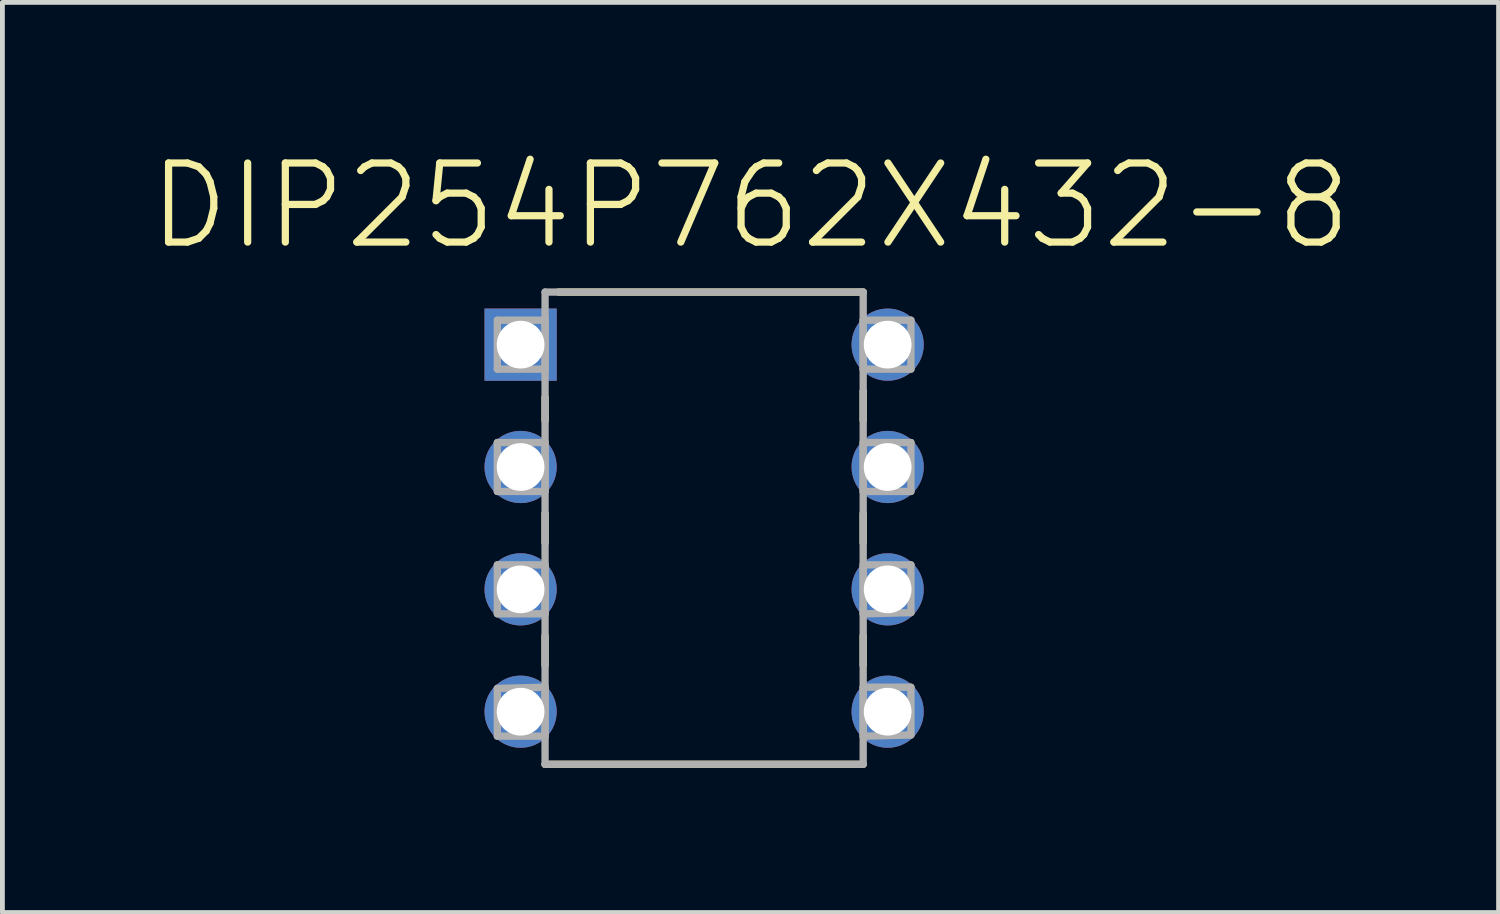
<source format=kicad_pcb>
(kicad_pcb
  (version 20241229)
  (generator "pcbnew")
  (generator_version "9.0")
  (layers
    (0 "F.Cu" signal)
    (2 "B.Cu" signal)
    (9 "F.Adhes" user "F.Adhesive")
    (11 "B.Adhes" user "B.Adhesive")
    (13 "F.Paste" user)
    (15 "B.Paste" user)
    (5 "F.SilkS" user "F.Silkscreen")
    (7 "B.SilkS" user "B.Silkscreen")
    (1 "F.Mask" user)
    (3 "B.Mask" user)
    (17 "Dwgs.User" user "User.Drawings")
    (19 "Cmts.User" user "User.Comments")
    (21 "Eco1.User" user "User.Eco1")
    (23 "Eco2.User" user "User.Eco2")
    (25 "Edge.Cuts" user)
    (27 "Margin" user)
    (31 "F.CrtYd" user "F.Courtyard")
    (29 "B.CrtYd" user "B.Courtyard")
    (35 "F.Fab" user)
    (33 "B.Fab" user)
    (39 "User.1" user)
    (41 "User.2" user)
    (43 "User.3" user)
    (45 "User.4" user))
  (footprint "DIP254P762X432-8"
    (layer "F.Cu")
    (at 15.378 11.725)
    (property "Reference" "DIP254P762X432-8" (at -2.848 -10.501 0) (layer "F.SilkS") (effects (font (size 1.642 1.642) (thickness 0.15))))
    (attr through_hole)
    (fp_line (start -7.112 -6.528) (end -7.112 -6.045) (stroke (width 0.152) (type solid)) (layer "F.SilkS"))
    (fp_line (start -7.112 -4.115) (end -7.112 -3.505) (stroke (width 0.152) (type solid)) (layer "F.SilkS"))
    (fp_line (start -7.112 -1.575) (end -7.112 -0.965) (stroke (width 0.152) (type solid)) (layer "F.SilkS"))
    (fp_line (start -7.112 1.092) (end -0.508 1.092) (stroke (width 0.152) (type solid)) (layer "F.SilkS"))
    (fp_line (start -0.508 -8.712) (end -6.833 -8.712) (stroke (width 0.152) (type solid)) (layer "F.SilkS"))
    (fp_line (start -0.508 -6.045) (end -0.508 -6.655) (stroke (width 0.152) (type solid)) (layer "F.SilkS"))
    (fp_line (start -0.508 -3.505) (end -0.508 -4.115) (stroke (width 0.152) (type solid)) (layer "F.SilkS"))
    (fp_line (start -0.508 -0.965) (end -0.508 -1.575) (stroke (width 0.152) (type solid)) (layer "F.SilkS"))
    (fp_line (start -8.103 -8.128) (end -8.103 -7.112) (stroke (width 0.152) (type solid)) (layer "F.Fab"))
    (fp_line (start -8.103 -7.112) (end -7.112 -7.112) (stroke (width 0.152) (type solid)) (layer "F.Fab"))
    (fp_line (start -8.103 -5.588) (end -8.103 -4.572) (stroke (width 0.152) (type solid)) (layer "F.Fab"))
    (fp_line (start -8.103 -4.572) (end -7.112 -4.572) (stroke (width 0.152) (type solid)) (layer "F.Fab"))
    (fp_line (start -8.103 -3.048) (end -8.103 -2.032) (stroke (width 0.152) (type solid)) (layer "F.Fab"))
    (fp_line (start -8.103 -2.032) (end -7.112 -2.032) (stroke (width 0.152) (type solid)) (layer "F.Fab"))
    (fp_line (start -8.103 -0.483) (end -8.103 0.508) (stroke (width 0.152) (type solid)) (layer "F.Fab"))
    (fp_line (start -8.103 0.508) (end -7.112 0.508) (stroke (width 0.152) (type solid)) (layer "F.Fab"))
    (fp_line (start -7.112 -8.712) (end -7.112 1.092) (stroke (width 0.152) (type solid)) (layer "F.Fab"))
    (fp_line (start -7.112 -8.128) (end -8.103 -8.128) (stroke (width 0.152) (type solid)) (layer "F.Fab"))
    (fp_line (start -7.112 -7.112) (end -7.112 -8.128) (stroke (width 0.152) (type solid)) (layer "F.Fab"))
    (fp_line (start -7.112 -5.588) (end -8.103 -5.588) (stroke (width 0.152) (type solid)) (layer "F.Fab"))
    (fp_line (start -7.112 -4.572) (end -7.112 -5.588) (stroke (width 0.152) (type solid)) (layer "F.Fab"))
    (fp_line (start -7.112 -3.048) (end -8.103 -3.048) (stroke (width 0.152) (type solid)) (layer "F.Fab"))
    (fp_line (start -7.112 -2.032) (end -7.112 -3.048) (stroke (width 0.152) (type solid)) (layer "F.Fab"))
    (fp_line (start -7.112 -0.508) (end -8.103 -0.483) (stroke (width 0.152) (type solid)) (layer "F.Fab"))
    (fp_line (start -7.112 0.508) (end -7.112 -0.508) (stroke (width 0.152) (type solid)) (layer "F.Fab"))
    (fp_line (start -7.112 1.092) (end -0.508 1.092) (stroke (width 0.152) (type solid)) (layer "F.Fab"))
    (fp_line (start -0.508 -8.712) (end -7.112 -8.712) (stroke (width 0.152) (type solid)) (layer "F.Fab"))
    (fp_line (start -0.508 -8.128) (end -0.508 -7.112) (stroke (width 0.152) (type solid)) (layer "F.Fab"))
    (fp_line (start -0.508 -7.112) (end 0.483 -7.112) (stroke (width 0.152) (type solid)) (layer "F.Fab"))
    (fp_line (start -0.508 -5.588) (end -0.508 -4.572) (stroke (width 0.152) (type solid)) (layer "F.Fab"))
    (fp_line (start -0.508 -4.572) (end 0.483 -4.572) (stroke (width 0.152) (type solid)) (layer "F.Fab"))
    (fp_line (start -0.508 -3.048) (end -0.508 -2.032) (stroke (width 0.152) (type solid)) (layer "F.Fab"))
    (fp_line (start -0.508 -2.032) (end 0.483 -2.057) (stroke (width 0.152) (type solid)) (layer "F.Fab"))
    (fp_line (start -0.508 -0.508) (end -0.508 0.508) (stroke (width 0.152) (type solid)) (layer "F.Fab"))
    (fp_line (start -0.508 0.508) (end 0.483 0.483) (stroke (width 0.152) (type solid)) (layer "F.Fab"))
    (fp_line (start -0.508 1.092) (end -0.508 -8.712) (stroke (width 0.152) (type solid)) (layer "F.Fab"))
    (fp_line (start 0.483 -8.128) (end -0.508 -8.128) (stroke (width 0.152) (type solid)) (layer "F.Fab"))
    (fp_line (start 0.483 -7.112) (end 0.483 -8.128) (stroke (width 0.152) (type solid)) (layer "F.Fab"))
    (fp_line (start 0.483 -5.588) (end -0.508 -5.588) (stroke (width 0.152) (type solid)) (layer "F.Fab"))
    (fp_line (start 0.483 -4.572) (end 0.483 -5.588) (stroke (width 0.152) (type solid)) (layer "F.Fab"))
    (fp_line (start 0.483 -3.048) (end -0.508 -3.048) (stroke (width 0.152) (type solid)) (layer "F.Fab"))
    (fp_line (start 0.483 -2.057) (end 0.483 -3.048) (stroke (width 0.152) (type solid)) (layer "F.Fab"))
    (fp_line (start 0.483 -0.508) (end -0.508 -0.508) (stroke (width 0.152) (type solid)) (layer "F.Fab"))
    (fp_line (start 0.483 0.483) (end 0.483 -0.508) (stroke (width 0.152) (type solid)) (layer "F.Fab"))
    (pad "1" thru_hole rect (at -7.62 -7.62) (size 1.499 1.499) (drill 0.991) (layers "*.Cu" "*.Mask"))
    (pad "2" thru_hole circle (at -7.62 -5.08) (size 1.499 1.499) (drill 0.991) (layers "*.Cu" "*.Mask"))
    (pad "3" thru_hole circle (at -7.62 -2.54) (size 1.499 1.499) (drill 0.991) (layers "*.Cu" "*.Mask"))
    (pad "4" thru_hole circle (at -7.62 0) (size 1.499 1.499) (drill 0.991) (layers "*.Cu" "*.Mask"))
    (pad "5" thru_hole circle (at 0 0) (size 1.499 1.499) (drill 0.991) (layers "*.Cu" "*.Mask"))
    (pad "6" thru_hole circle (at 0 -2.54) (size 1.499 1.499) (drill 0.991) (layers "*.Cu" "*.Mask"))
    (pad "7" thru_hole circle (at 0 -5.08) (size 1.499 1.499) (drill 0.991) (layers "*.Cu" "*.Mask"))
    (pad "8" thru_hole circle (at 0 -7.62) (size 1.499 1.499) (drill 0.991) (layers "*.Cu" "*.Mask")))
  (gr_rect
    (start -3 -3)
    (end 28.061 15.894)
    (stroke (width 0.1) (type default))
    (fill no)
    (layer "Edge.Cuts")))
</source>
